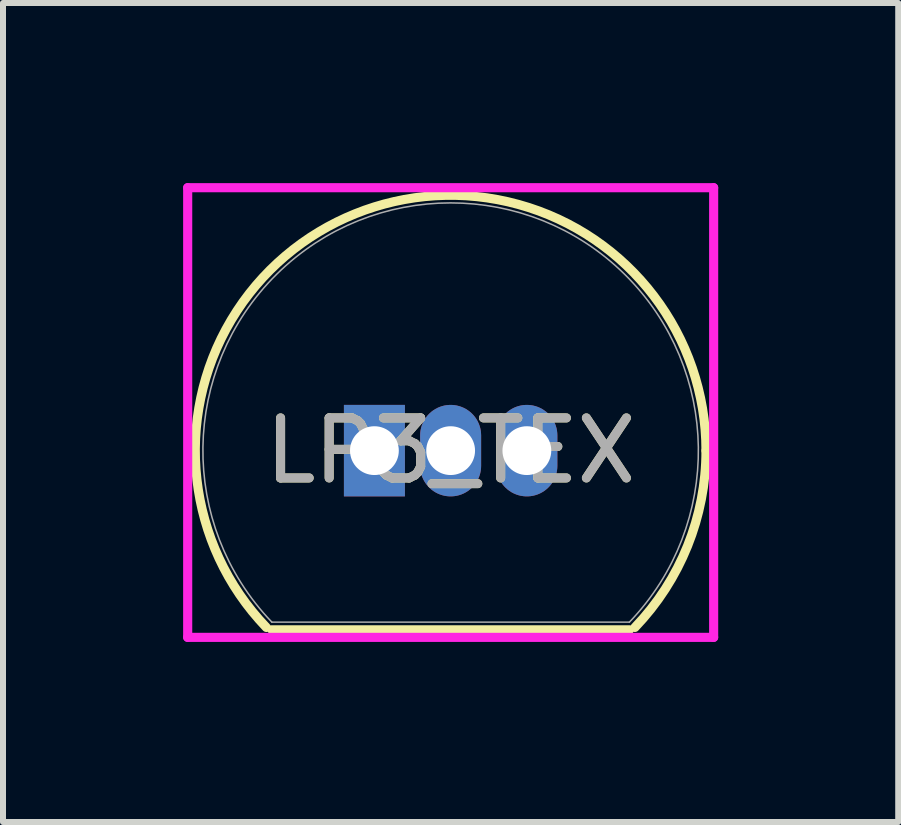
<source format=kicad_pcb>
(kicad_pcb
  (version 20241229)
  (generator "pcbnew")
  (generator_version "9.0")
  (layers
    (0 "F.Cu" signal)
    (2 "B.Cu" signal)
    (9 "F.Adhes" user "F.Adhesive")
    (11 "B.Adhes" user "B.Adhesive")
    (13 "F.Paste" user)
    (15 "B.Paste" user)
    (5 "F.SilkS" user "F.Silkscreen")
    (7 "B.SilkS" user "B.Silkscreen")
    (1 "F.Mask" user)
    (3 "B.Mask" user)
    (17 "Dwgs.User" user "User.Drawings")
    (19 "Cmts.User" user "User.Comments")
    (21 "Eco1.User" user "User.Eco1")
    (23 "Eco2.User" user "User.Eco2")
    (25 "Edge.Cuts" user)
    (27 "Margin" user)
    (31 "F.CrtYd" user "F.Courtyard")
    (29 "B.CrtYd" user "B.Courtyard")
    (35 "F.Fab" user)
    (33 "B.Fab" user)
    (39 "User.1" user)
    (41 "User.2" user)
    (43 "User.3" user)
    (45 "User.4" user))
  (footprint "LP3_TEX"
    (layer "F.Cu")
    (at 3.188 4.458)
    (property "Reference" "LP3_TEX" (at 1.27 0 0) (unlocked yes) (layer "F.SilkS") (effects (font (size 1 1) (thickness 0.15))))
    (attr through_hole)
    (fp_line (start -1.708 2.985) (end 4.248 2.985) (stroke (width 0.152) (type solid)) (layer "F.SilkS"))
    (fp_arc (start -1.80006 2.94542) (mid -0.317324 -3.947299) (end 5.5245 0) (stroke (width 0.1524) (type solid)) (layer "F.SilkS"))
    (fp_arc (start 5.5245 0) (mid 5.217299 1.587324) (end 4.340061 2.945419) (stroke (width 0.1524) (type solid)) (layer "F.SilkS"))
    (fp_line (start -3.111 -4.381) (end 5.652 -4.381) (stroke (width 0.152) (type solid)) (layer "F.CrtYd"))
    (fp_line (start -3.111 3.111) (end -3.111 -4.381) (stroke (width 0.152) (type solid)) (layer "F.CrtYd"))
    (fp_line (start 5.652 -4.381) (end 5.652 3.111) (stroke (width 0.152) (type solid)) (layer "F.CrtYd"))
    (fp_line (start 5.652 3.111) (end -3.111 3.111) (stroke (width 0.152) (type solid)) (layer "F.CrtYd"))
    (fp_line (start -1.708 2.857) (end 4.248 2.857) (stroke (width 0.025) (type solid)) (layer "F.Fab"))
    (fp_line (start -0.254 0) (end 0.254 0) (stroke (width 0.152) (type solid)) (layer "F.Fab"))
    (fp_line (start 0 0.254) (end 0 -0.254) (stroke (width 0.152) (type solid)) (layer "F.Fab"))
    (fp_arc (start -1.708415 2.857499) (mid 1.270001 -4.1275) (end 4.248414 2.8575) (stroke (width 0.0254) (type solid)) (layer "F.Fab"))
    (fp_text user "${REFERENCE}" (at 1.27 0 0) (unlocked yes) (layer "F.Fab") (effects (font (size 1 1) (thickness 0.15))))
    (pad "1" thru_hole rect (at 0 0) (size 1.016 1.524) (drill 0.813) (layers "*.Cu" "*.Mask"))
    (pad "2" thru_hole oval (at 1.27 0) (size 1.016 1.524) (drill 0.813) (layers "*.Cu" "*.Mask"))
    (pad "3" thru_hole oval (at 2.54 0) (size 1.016 1.524) (drill 0.813) (layers "*.Cu" "*.Mask")))
  (gr_rect
    (start -3 -3)
    (end 11.915 10.645)
    (stroke (width 0.1) (type default))
    (fill no)
    (layer "Edge.Cuts")))
</source>
